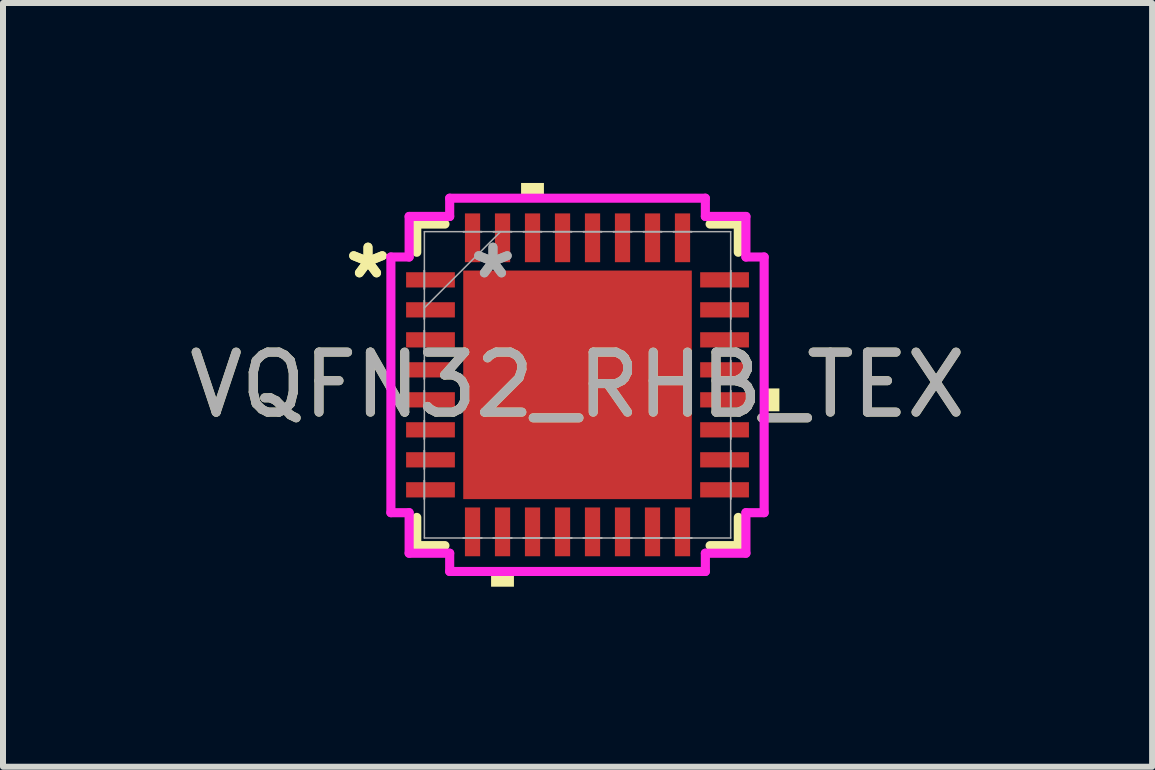
<source format=kicad_pcb>
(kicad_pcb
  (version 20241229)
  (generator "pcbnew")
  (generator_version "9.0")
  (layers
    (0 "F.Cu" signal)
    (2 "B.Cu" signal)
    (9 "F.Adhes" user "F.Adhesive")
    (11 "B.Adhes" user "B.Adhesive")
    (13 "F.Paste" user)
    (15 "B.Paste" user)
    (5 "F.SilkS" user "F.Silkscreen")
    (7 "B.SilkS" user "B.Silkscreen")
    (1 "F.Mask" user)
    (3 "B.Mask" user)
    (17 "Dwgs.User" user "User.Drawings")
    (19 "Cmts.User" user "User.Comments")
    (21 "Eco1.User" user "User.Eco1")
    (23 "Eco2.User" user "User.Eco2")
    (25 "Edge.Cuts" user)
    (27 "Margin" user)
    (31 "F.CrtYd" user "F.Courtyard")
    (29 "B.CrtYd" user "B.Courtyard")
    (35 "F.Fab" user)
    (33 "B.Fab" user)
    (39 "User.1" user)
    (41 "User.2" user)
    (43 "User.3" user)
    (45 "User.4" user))
  (footprint "VQFN32_RHB_TEX"
    (layer "F.Cu")
    (at 6.577 3.365)
    (property "Reference" "VQFN32_RHB_TEX" (at 0 0 0) (unlocked yes) (layer "F.SilkS") (effects (font (size 1 1) (thickness 0.15))))
    (attr smd)
    (fp_line (start -2.68 -2.68) (end -2.68 -2.21) (stroke (width 0.152) (type solid)) (layer "F.SilkS"))
    (fp_line (start -2.68 2.21) (end -2.68 2.68) (stroke (width 0.152) (type solid)) (layer "F.SilkS"))
    (fp_line (start -2.68 2.68) (end -2.21 2.68) (stroke (width 0.152) (type solid)) (layer "F.SilkS"))
    (fp_line (start -2.21 -2.68) (end -2.68 -2.68) (stroke (width 0.152) (type solid)) (layer "F.SilkS"))
    (fp_line (start 2.21 2.68) (end 2.68 2.68) (stroke (width 0.152) (type solid)) (layer "F.SilkS"))
    (fp_line (start 2.68 -2.68) (end 2.21 -2.68) (stroke (width 0.152) (type solid)) (layer "F.SilkS"))
    (fp_line (start 2.68 -2.21) (end 2.68 -2.68) (stroke (width 0.152) (type solid)) (layer "F.SilkS"))
    (fp_line (start 2.68 2.68) (end 2.68 2.21) (stroke (width 0.152) (type solid)) (layer "F.SilkS"))
    (fp_poly (pts (xy -1.441 3.111) (xy -1.441 3.365) (xy -1.06 3.365) (xy -1.06 3.111)) (stroke (width 0) (type solid)) (fill yes) (layer "F.SilkS"))
    (fp_poly (pts (xy -0.941 -3.111) (xy -0.941 -3.365) (xy -0.56 -3.365) (xy -0.56 -3.111)) (stroke (width 0) (type solid)) (fill yes) (layer "F.SilkS"))
    (fp_poly (pts (xy 3.365 0.06) (xy 3.365 0.441) (xy 3.111 0.441) (xy 3.111 0.06)) (stroke (width 0) (type solid)) (fill yes) (layer "F.SilkS"))
    (fp_line (start -3.111 -2.131) (end -2.807 -2.131) (stroke (width 0.152) (type solid)) (layer "F.CrtYd"))
    (fp_line (start -3.111 2.131) (end -3.111 -2.131) (stroke (width 0.152) (type solid)) (layer "F.CrtYd"))
    (fp_line (start -2.807 -2.807) (end -2.131 -2.807) (stroke (width 0.152) (type solid)) (layer "F.CrtYd"))
    (fp_line (start -2.807 -2.131) (end -2.807 -2.807) (stroke (width 0.152) (type solid)) (layer "F.CrtYd"))
    (fp_line (start -2.807 2.131) (end -3.111 2.131) (stroke (width 0.152) (type solid)) (layer "F.CrtYd"))
    (fp_line (start -2.807 2.807) (end -2.807 2.131) (stroke (width 0.152) (type solid)) (layer "F.CrtYd"))
    (fp_line (start -2.131 -3.111) (end 2.131 -3.111) (stroke (width 0.152) (type solid)) (layer "F.CrtYd"))
    (fp_line (start -2.131 -2.807) (end -2.131 -3.111) (stroke (width 0.152) (type solid)) (layer "F.CrtYd"))
    (fp_line (start -2.131 2.807) (end -2.807 2.807) (stroke (width 0.152) (type solid)) (layer "F.CrtYd"))
    (fp_line (start -2.131 3.111) (end -2.131 2.807) (stroke (width 0.152) (type solid)) (layer "F.CrtYd"))
    (fp_line (start 2.131 -3.111) (end 2.131 -2.807) (stroke (width 0.152) (type solid)) (layer "F.CrtYd"))
    (fp_line (start 2.131 -2.807) (end 2.807 -2.807) (stroke (width 0.152) (type solid)) (layer "F.CrtYd"))
    (fp_line (start 2.131 2.807) (end 2.131 3.111) (stroke (width 0.152) (type solid)) (layer "F.CrtYd"))
    (fp_line (start 2.131 3.111) (end -2.131 3.111) (stroke (width 0.152) (type solid)) (layer "F.CrtYd"))
    (fp_line (start 2.807 -2.807) (end 2.807 -2.131) (stroke (width 0.152) (type solid)) (layer "F.CrtYd"))
    (fp_line (start 2.807 -2.131) (end 3.111 -2.131) (stroke (width 0.152) (type solid)) (layer "F.CrtYd"))
    (fp_line (start 2.807 2.131) (end 2.807 2.807) (stroke (width 0.152) (type solid)) (layer "F.CrtYd"))
    (fp_line (start 2.807 2.807) (end 2.131 2.807) (stroke (width 0.152) (type solid)) (layer "F.CrtYd"))
    (fp_line (start 3.111 -2.131) (end 3.111 2.131) (stroke (width 0.152) (type solid)) (layer "F.CrtYd"))
    (fp_line (start 3.111 2.131) (end 2.807 2.131) (stroke (width 0.152) (type solid)) (layer "F.CrtYd"))
    (fp_line (start -2.553 -2.553) (end -2.553 2.553) (stroke (width 0.025) (type solid)) (layer "F.Fab"))
    (fp_line (start -2.553 -1.903) (end -2.553 -1.903) (stroke (width 0.025) (type solid)) (layer "F.Fab"))
    (fp_line (start -2.553 -1.903) (end -2.553 -1.598) (stroke (width 0.025) (type solid)) (layer "F.Fab"))
    (fp_line (start -2.553 -1.598) (end -2.553 -1.903) (stroke (width 0.025) (type solid)) (layer "F.Fab"))
    (fp_line (start -2.553 -1.598) (end -2.553 -1.598) (stroke (width 0.025) (type solid)) (layer "F.Fab"))
    (fp_line (start -2.553 -1.403) (end -2.553 -1.403) (stroke (width 0.025) (type solid)) (layer "F.Fab"))
    (fp_line (start -2.553 -1.403) (end -2.553 -1.098) (stroke (width 0.025) (type solid)) (layer "F.Fab"))
    (fp_line (start -2.553 -1.283) (end -1.283 -2.553) (stroke (width 0.025) (type solid)) (layer "F.Fab"))
    (fp_line (start -2.553 -1.098) (end -2.553 -1.403) (stroke (width 0.025) (type solid)) (layer "F.Fab"))
    (fp_line (start -2.553 -1.098) (end -2.553 -1.098) (stroke (width 0.025) (type solid)) (layer "F.Fab"))
    (fp_line (start -2.553 -0.903) (end -2.553 -0.903) (stroke (width 0.025) (type solid)) (layer "F.Fab"))
    (fp_line (start -2.553 -0.903) (end -2.553 -0.598) (stroke (width 0.025) (type solid)) (layer "F.Fab"))
    (fp_line (start -2.553 -0.598) (end -2.553 -0.903) (stroke (width 0.025) (type solid)) (layer "F.Fab"))
    (fp_line (start -2.553 -0.598) (end -2.553 -0.598) (stroke (width 0.025) (type solid)) (layer "F.Fab"))
    (fp_line (start -2.553 -0.402) (end -2.553 -0.402) (stroke (width 0.025) (type solid)) (layer "F.Fab"))
    (fp_line (start -2.553 -0.402) (end -2.553 -0.098) (stroke (width 0.025) (type solid)) (layer "F.Fab"))
    (fp_line (start -2.553 -0.098) (end -2.553 -0.402) (stroke (width 0.025) (type solid)) (layer "F.Fab"))
    (fp_line (start -2.553 -0.098) (end -2.553 -0.098) (stroke (width 0.025) (type solid)) (layer "F.Fab"))
    (fp_line (start -2.553 0.098) (end -2.553 0.098) (stroke (width 0.025) (type solid)) (layer "F.Fab"))
    (fp_line (start -2.553 0.098) (end -2.553 0.402) (stroke (width 0.025) (type solid)) (layer "F.Fab"))
    (fp_line (start -2.553 0.402) (end -2.553 0.098) (stroke (width 0.025) (type solid)) (layer "F.Fab"))
    (fp_line (start -2.553 0.402) (end -2.553 0.402) (stroke (width 0.025) (type solid)) (layer "F.Fab"))
    (fp_line (start -2.553 0.598) (end -2.553 0.598) (stroke (width 0.025) (type solid)) (layer "F.Fab"))
    (fp_line (start -2.553 0.598) (end -2.553 0.903) (stroke (width 0.025) (type solid)) (layer "F.Fab"))
    (fp_line (start -2.553 0.903) (end -2.553 0.598) (stroke (width 0.025) (type solid)) (layer "F.Fab"))
    (fp_line (start -2.553 0.903) (end -2.553 0.903) (stroke (width 0.025) (type solid)) (layer "F.Fab"))
    (fp_line (start -2.553 1.098) (end -2.553 1.098) (stroke (width 0.025) (type solid)) (layer "F.Fab"))
    (fp_line (start -2.553 1.098) (end -2.553 1.403) (stroke (width 0.025) (type solid)) (layer "F.Fab"))
    (fp_line (start -2.553 1.403) (end -2.553 1.098) (stroke (width 0.025) (type solid)) (layer "F.Fab"))
    (fp_line (start -2.553 1.403) (end -2.553 1.403) (stroke (width 0.025) (type solid)) (layer "F.Fab"))
    (fp_line (start -2.553 1.598) (end -2.553 1.598) (stroke (width 0.025) (type solid)) (layer "F.Fab"))
    (fp_line (start -2.553 1.598) (end -2.553 1.903) (stroke (width 0.025) (type solid)) (layer "F.Fab"))
    (fp_line (start -2.553 1.903) (end -2.553 1.598) (stroke (width 0.025) (type solid)) (layer "F.Fab"))
    (fp_line (start -2.553 1.903) (end -2.553 1.903) (stroke (width 0.025) (type solid)) (layer "F.Fab"))
    (fp_line (start -2.553 2.553) (end 2.553 2.553) (stroke (width 0.025) (type solid)) (layer "F.Fab"))
    (fp_line (start -1.903 -2.553) (end -1.903 -2.553) (stroke (width 0.025) (type solid)) (layer "F.Fab"))
    (fp_line (start -1.903 -2.553) (end -1.598 -2.553) (stroke (width 0.025) (type solid)) (layer "F.Fab"))
    (fp_line (start -1.903 2.553) (end -1.903 2.553) (stroke (width 0.025) (type solid)) (layer "F.Fab"))
    (fp_line (start -1.903 2.553) (end -1.598 2.553) (stroke (width 0.025) (type solid)) (layer "F.Fab"))
    (fp_line (start -1.598 -2.553) (end -1.903 -2.553) (stroke (width 0.025) (type solid)) (layer "F.Fab"))
    (fp_line (start -1.598 -2.553) (end -1.598 -2.553) (stroke (width 0.025) (type solid)) (layer "F.Fab"))
    (fp_line (start -1.598 2.553) (end -1.903 2.553) (stroke (width 0.025) (type solid)) (layer "F.Fab"))
    (fp_line (start -1.598 2.553) (end -1.598 2.553) (stroke (width 0.025) (type solid)) (layer "F.Fab"))
    (fp_line (start -1.403 -2.553) (end -1.403 -2.553) (stroke (width 0.025) (type solid)) (layer "F.Fab"))
    (fp_line (start -1.403 -2.553) (end -1.098 -2.553) (stroke (width 0.025) (type solid)) (layer "F.Fab"))
    (fp_line (start -1.403 2.553) (end -1.403 2.553) (stroke (width 0.025) (type solid)) (layer "F.Fab"))
    (fp_line (start -1.403 2.553) (end -1.098 2.553) (stroke (width 0.025) (type solid)) (layer "F.Fab"))
    (fp_line (start -1.098 -2.553) (end -1.403 -2.553) (stroke (width 0.025) (type solid)) (layer "F.Fab"))
    (fp_line (start -1.098 -2.553) (end -1.098 -2.553) (stroke (width 0.025) (type solid)) (layer "F.Fab"))
    (fp_line (start -1.098 2.553) (end -1.403 2.553) (stroke (width 0.025) (type solid)) (layer "F.Fab"))
    (fp_line (start -1.098 2.553) (end -1.098 2.553) (stroke (width 0.025) (type solid)) (layer "F.Fab"))
    (fp_line (start -0.903 -2.553) (end -0.903 -2.553) (stroke (width 0.025) (type solid)) (layer "F.Fab"))
    (fp_line (start -0.903 -2.553) (end -0.598 -2.553) (stroke (width 0.025) (type solid)) (layer "F.Fab"))
    (fp_line (start -0.903 2.553) (end -0.903 2.553) (stroke (width 0.025) (type solid)) (layer "F.Fab"))
    (fp_line (start -0.903 2.553) (end -0.598 2.553) (stroke (width 0.025) (type solid)) (layer "F.Fab"))
    (fp_line (start -0.598 -2.553) (end -0.903 -2.553) (stroke (width 0.025) (type solid)) (layer "F.Fab"))
    (fp_line (start -0.598 -2.553) (end -0.598 -2.553) (stroke (width 0.025) (type solid)) (layer "F.Fab"))
    (fp_line (start -0.598 2.553) (end -0.903 2.553) (stroke (width 0.025) (type solid)) (layer "F.Fab"))
    (fp_line (start -0.598 2.553) (end -0.598 2.553) (stroke (width 0.025) (type solid)) (layer "F.Fab"))
    (fp_line (start -0.402 -2.553) (end -0.402 -2.553) (stroke (width 0.025) (type solid)) (layer "F.Fab"))
    (fp_line (start -0.402 -2.553) (end -0.098 -2.553) (stroke (width 0.025) (type solid)) (layer "F.Fab"))
    (fp_line (start -0.402 2.553) (end -0.402 2.553) (stroke (width 0.025) (type solid)) (layer "F.Fab"))
    (fp_line (start -0.402 2.553) (end -0.098 2.553) (stroke (width 0.025) (type solid)) (layer "F.Fab"))
    (fp_line (start -0.098 -2.553) (end -0.402 -2.553) (stroke (width 0.025) (type solid)) (layer "F.Fab"))
    (fp_line (start -0.098 -2.553) (end -0.098 -2.553) (stroke (width 0.025) (type solid)) (layer "F.Fab"))
    (fp_line (start -0.098 2.553) (end -0.402 2.553) (stroke (width 0.025) (type solid)) (layer "F.Fab"))
    (fp_line (start -0.098 2.553) (end -0.098 2.553) (stroke (width 0.025) (type solid)) (layer "F.Fab"))
    (fp_line (start 0.098 -2.553) (end 0.098 -2.553) (stroke (width 0.025) (type solid)) (layer "F.Fab"))
    (fp_line (start 0.098 -2.553) (end 0.402 -2.553) (stroke (width 0.025) (type solid)) (layer "F.Fab"))
    (fp_line (start 0.098 2.553) (end 0.098 2.553) (stroke (width 0.025) (type solid)) (layer "F.Fab"))
    (fp_line (start 0.098 2.553) (end 0.402 2.553) (stroke (width 0.025) (type solid)) (layer "F.Fab"))
    (fp_line (start 0.402 -2.553) (end 0.098 -2.553) (stroke (width 0.025) (type solid)) (layer "F.Fab"))
    (fp_line (start 0.402 -2.553) (end 0.402 -2.553) (stroke (width 0.025) (type solid)) (layer "F.Fab"))
    (fp_line (start 0.402 2.553) (end 0.098 2.553) (stroke (width 0.025) (type solid)) (layer "F.Fab"))
    (fp_line (start 0.402 2.553) (end 0.402 2.553) (stroke (width 0.025) (type solid)) (layer "F.Fab"))
    (fp_line (start 0.598 -2.553) (end 0.598 -2.553) (stroke (width 0.025) (type solid)) (layer "F.Fab"))
    (fp_line (start 0.598 -2.553) (end 0.903 -2.553) (stroke (width 0.025) (type solid)) (layer "F.Fab"))
    (fp_line (start 0.598 2.553) (end 0.598 2.553) (stroke (width 0.025) (type solid)) (layer "F.Fab"))
    (fp_line (start 0.598 2.553) (end 0.903 2.553) (stroke (width 0.025) (type solid)) (layer "F.Fab"))
    (fp_line (start 0.903 -2.553) (end 0.598 -2.553) (stroke (width 0.025) (type solid)) (layer "F.Fab"))
    (fp_line (start 0.903 -2.553) (end 0.903 -2.553) (stroke (width 0.025) (type solid)) (layer "F.Fab"))
    (fp_line (start 0.903 2.553) (end 0.598 2.553) (stroke (width 0.025) (type solid)) (layer "F.Fab"))
    (fp_line (start 0.903 2.553) (end 0.903 2.553) (stroke (width 0.025) (type solid)) (layer "F.Fab"))
    (fp_line (start 1.098 -2.553) (end 1.098 -2.553) (stroke (width 0.025) (type solid)) (layer "F.Fab"))
    (fp_line (start 1.098 -2.553) (end 1.403 -2.553) (stroke (width 0.025) (type solid)) (layer "F.Fab"))
    (fp_line (start 1.098 2.553) (end 1.098 2.553) (stroke (width 0.025) (type solid)) (layer "F.Fab"))
    (fp_line (start 1.098 2.553) (end 1.403 2.553) (stroke (width 0.025) (type solid)) (layer "F.Fab"))
    (fp_line (start 1.403 -2.553) (end 1.098 -2.553) (stroke (width 0.025) (type solid)) (layer "F.Fab"))
    (fp_line (start 1.403 -2.553) (end 1.403 -2.553) (stroke (width 0.025) (type solid)) (layer "F.Fab"))
    (fp_line (start 1.403 2.553) (end 1.098 2.553) (stroke (width 0.025) (type solid)) (layer "F.Fab"))
    (fp_line (start 1.403 2.553) (end 1.403 2.553) (stroke (width 0.025) (type solid)) (layer "F.Fab"))
    (fp_line (start 1.598 -2.553) (end 1.598 -2.553) (stroke (width 0.025) (type solid)) (layer "F.Fab"))
    (fp_line (start 1.598 -2.553) (end 1.903 -2.553) (stroke (width 0.025) (type solid)) (layer "F.Fab"))
    (fp_line (start 1.598 2.553) (end 1.598 2.553) (stroke (width 0.025) (type solid)) (layer "F.Fab"))
    (fp_line (start 1.598 2.553) (end 1.903 2.553) (stroke (width 0.025) (type solid)) (layer "F.Fab"))
    (fp_line (start 1.903 -2.553) (end 1.598 -2.553) (stroke (width 0.025) (type solid)) (layer "F.Fab"))
    (fp_line (start 1.903 -2.553) (end 1.903 -2.553) (stroke (width 0.025) (type solid)) (layer "F.Fab"))
    (fp_line (start 1.903 2.553) (end 1.598 2.553) (stroke (width 0.025) (type solid)) (layer "F.Fab"))
    (fp_line (start 1.903 2.553) (end 1.903 2.553) (stroke (width 0.025) (type solid)) (layer "F.Fab"))
    (fp_line (start 2.553 -2.553) (end -2.553 -2.553) (stroke (width 0.025) (type solid)) (layer "F.Fab"))
    (fp_line (start 2.553 -1.903) (end 2.553 -1.903) (stroke (width 0.025) (type solid)) (layer "F.Fab"))
    (fp_line (start 2.553 -1.903) (end 2.553 -1.598) (stroke (width 0.025) (type solid)) (layer "F.Fab"))
    (fp_line (start 2.553 -1.598) (end 2.553 -1.903) (stroke (width 0.025) (type solid)) (layer "F.Fab"))
    (fp_line (start 2.553 -1.598) (end 2.553 -1.598) (stroke (width 0.025) (type solid)) (layer "F.Fab"))
    (fp_line (start 2.553 -1.403) (end 2.553 -1.403) (stroke (width 0.025) (type solid)) (layer "F.Fab"))
    (fp_line (start 2.553 -1.403) (end 2.553 -1.098) (stroke (width 0.025) (type solid)) (layer "F.Fab"))
    (fp_line (start 2.553 -1.098) (end 2.553 -1.403) (stroke (width 0.025) (type solid)) (layer "F.Fab"))
    (fp_line (start 2.553 -1.098) (end 2.553 -1.098) (stroke (width 0.025) (type solid)) (layer "F.Fab"))
    (fp_line (start 2.553 -0.903) (end 2.553 -0.903) (stroke (width 0.025) (type solid)) (layer "F.Fab"))
    (fp_line (start 2.553 -0.903) (end 2.553 -0.598) (stroke (width 0.025) (type solid)) (layer "F.Fab"))
    (fp_line (start 2.553 -0.598) (end 2.553 -0.903) (stroke (width 0.025) (type solid)) (layer "F.Fab"))
    (fp_line (start 2.553 -0.598) (end 2.553 -0.598) (stroke (width 0.025) (type solid)) (layer "F.Fab"))
    (fp_line (start 2.553 -0.402) (end 2.553 -0.402) (stroke (width 0.025) (type solid)) (layer "F.Fab"))
    (fp_line (start 2.553 -0.402) (end 2.553 -0.098) (stroke (width 0.025) (type solid)) (layer "F.Fab"))
    (fp_line (start 2.553 -0.098) (end 2.553 -0.402) (stroke (width 0.025) (type solid)) (layer "F.Fab"))
    (fp_line (start 2.553 -0.098) (end 2.553 -0.098) (stroke (width 0.025) (type solid)) (layer "F.Fab"))
    (fp_line (start 2.553 0.098) (end 2.553 0.098) (stroke (width 0.025) (type solid)) (layer "F.Fab"))
    (fp_line (start 2.553 0.098) (end 2.553 0.402) (stroke (width 0.025) (type solid)) (layer "F.Fab"))
    (fp_line (start 2.553 0.402) (end 2.553 0.098) (stroke (width 0.025) (type solid)) (layer "F.Fab"))
    (fp_line (start 2.553 0.402) (end 2.553 0.402) (stroke (width 0.025) (type solid)) (layer "F.Fab"))
    (fp_line (start 2.553 0.598) (end 2.553 0.598) (stroke (width 0.025) (type solid)) (layer "F.Fab"))
    (fp_line (start 2.553 0.598) (end 2.553 0.903) (stroke (width 0.025) (type solid)) (layer "F.Fab"))
    (fp_line (start 2.553 0.903) (end 2.553 0.598) (stroke (width 0.025) (type solid)) (layer "F.Fab"))
    (fp_line (start 2.553 0.903) (end 2.553 0.903) (stroke (width 0.025) (type solid)) (layer "F.Fab"))
    (fp_line (start 2.553 1.098) (end 2.553 1.098) (stroke (width 0.025) (type solid)) (layer "F.Fab"))
    (fp_line (start 2.553 1.098) (end 2.553 1.403) (stroke (width 0.025) (type solid)) (layer "F.Fab"))
    (fp_line (start 2.553 1.403) (end 2.553 1.098) (stroke (width 0.025) (type solid)) (layer "F.Fab"))
    (fp_line (start 2.553 1.403) (end 2.553 1.403) (stroke (width 0.025) (type solid)) (layer "F.Fab"))
    (fp_line (start 2.553 1.598) (end 2.553 1.598) (stroke (width 0.025) (type solid)) (layer "F.Fab"))
    (fp_line (start 2.553 1.598) (end 2.553 1.903) (stroke (width 0.025) (type solid)) (layer "F.Fab"))
    (fp_line (start 2.553 1.903) (end 2.553 1.598) (stroke (width 0.025) (type solid)) (layer "F.Fab"))
    (fp_line (start 2.553 1.903) (end 2.553 1.903) (stroke (width 0.025) (type solid)) (layer "F.Fab"))
    (fp_line (start 2.553 2.553) (end 2.553 -2.553) (stroke (width 0.025) (type solid)) (layer "F.Fab"))
    (fp_text user "*" (at -3.493 -1.75 0) (unlocked yes) (layer "F.SilkS") (effects (font (size 1 1) (thickness 0.15))))
    (fp_text user "*" (at -3.493 -1.75 0) (layer "F.SilkS") (effects (font (size 1 1) (thickness 0.15))))
    (fp_text user "${REFERENCE}" (at 0 0 0) (unlocked yes) (layer "F.Fab") (effects (font (size 1 1) (thickness 0.15))))
    (fp_text user "*" (at -1.41 -1.75 0) (layer "F.Fab") (effects (font (size 1 1) (thickness 0.15))))
    (fp_text user "*" (at -1.41 -1.75 0) (unlocked yes) (layer "F.Fab") (effects (font (size 1 1) (thickness 0.15))))
    (pad "1" smd rect (at -2.451 -1.75 90) (size 0.254 0.813) (layers "F.Cu" "F.Mask" "F.Paste"))
    (pad "2" smd rect (at -2.451 -1.25 90) (size 0.254 0.813) (layers "F.Cu" "F.Mask" "F.Paste"))
    (pad "3" smd rect (at -2.451 -0.75 90) (size 0.254 0.813) (layers "F.Cu" "F.Mask" "F.Paste"))
    (pad "4" smd rect (at -2.451 -0.25 90) (size 0.254 0.813) (layers "F.Cu" "F.Mask" "F.Paste"))
    (pad "5" smd rect (at -2.451 0.25 90) (size 0.254 0.813) (layers "F.Cu" "F.Mask" "F.Paste"))
    (pad "6" smd rect (at -2.451 0.75 90) (size 0.254 0.813) (layers "F.Cu" "F.Mask" "F.Paste"))
    (pad "7" smd rect (at -2.451 1.25 90) (size 0.254 0.813) (layers "F.Cu" "F.Mask" "F.Paste"))
    (pad "8" smd rect (at -2.451 1.75 90) (size 0.254 0.813) (layers "F.Cu" "F.Mask" "F.Paste"))
    (pad "9" smd rect (at -1.75 2.451) (size 0.254 0.813) (layers "F.Cu" "F.Mask" "F.Paste"))
    (pad "10" smd rect (at -1.25 2.451) (size 0.254 0.813) (layers "F.Cu" "F.Mask" "F.Paste"))
    (pad "11" smd rect (at -0.75 2.451) (size 0.254 0.813) (layers "F.Cu" "F.Mask" "F.Paste"))
    (pad "12" smd rect (at -0.25 2.451) (size 0.254 0.813) (layers "F.Cu" "F.Mask" "F.Paste"))
    (pad "13" smd rect (at 0.25 2.451) (size 0.254 0.813) (layers "F.Cu" "F.Mask" "F.Paste"))
    (pad "14" smd rect (at 0.75 2.451) (size 0.254 0.813) (layers "F.Cu" "F.Mask" "F.Paste"))
    (pad "15" smd rect (at 1.25 2.451) (size 0.254 0.813) (layers "F.Cu" "F.Mask" "F.Paste"))
    (pad "16" smd rect (at 1.75 2.451) (size 0.254 0.813) (layers "F.Cu" "F.Mask" "F.Paste"))
    (pad "17" smd rect (at 2.451 1.75 90) (size 0.254 0.813) (layers "F.Cu" "F.Mask" "F.Paste"))
    (pad "18" smd rect (at 2.451 1.25 90) (size 0.254 0.813) (layers "F.Cu" "F.Mask" "F.Paste"))
    (pad "19" smd rect (at 2.451 0.75 90) (size 0.254 0.813) (layers "F.Cu" "F.Mask" "F.Paste"))
    (pad "20" smd rect (at 2.451 0.25 90) (size 0.254 0.813) (layers "F.Cu" "F.Mask" "F.Paste"))
    (pad "21" smd rect (at 2.451 -0.25 90) (size 0.254 0.813) (layers "F.Cu" "F.Mask" "F.Paste"))
    (pad "22" smd rect (at 2.451 -0.75 90) (size 0.254 0.813) (layers "F.Cu" "F.Mask" "F.Paste"))
    (pad "23" smd rect (at 2.451 -1.25 90) (size 0.254 0.813) (layers "F.Cu" "F.Mask" "F.Paste"))
    (pad "24" smd rect (at 2.451 -1.75 90) (size 0.254 0.813) (layers "F.Cu" "F.Mask" "F.Paste"))
    (pad "25" smd rect (at 1.75 -2.451) (size 0.254 0.813) (layers "F.Cu" "F.Mask" "F.Paste"))
    (pad "26" smd rect (at 1.25 -2.451) (size 0.254 0.813) (layers "F.Cu" "F.Mask" "F.Paste"))
    (pad "27" smd rect (at 0.75 -2.451) (size 0.254 0.813) (layers "F.Cu" "F.Mask" "F.Paste"))
    (pad "28" smd rect (at 0.25 -2.451) (size 0.254 0.813) (layers "F.Cu" "F.Mask" "F.Paste"))
    (pad "29" smd rect (at -0.25 -2.451) (size 0.254 0.813) (layers "F.Cu" "F.Mask" "F.Paste"))
    (pad "30" smd rect (at -0.75 -2.451) (size 0.254 0.813) (layers "F.Cu" "F.Mask" "F.Paste"))
    (pad "31" smd rect (at -1.25 -2.451) (size 0.254 0.813) (layers "F.Cu" "F.Mask" "F.Paste"))
    (pad "32" smd rect (at -1.75 -2.451) (size 0.254 0.813) (layers "F.Cu" "F.Mask" "F.Paste"))
    (pad "33" smd rect (at 0 0) (size 3.81 3.81) (layers "F.Cu" "F.Mask" "F.Paste")))
  (gr_rect
    (start -3 -3)
    (end 16.155 9.731)
    (stroke (width 0.1) (type default))
    (fill no)
    (layer "Edge.Cuts")))
</source>
